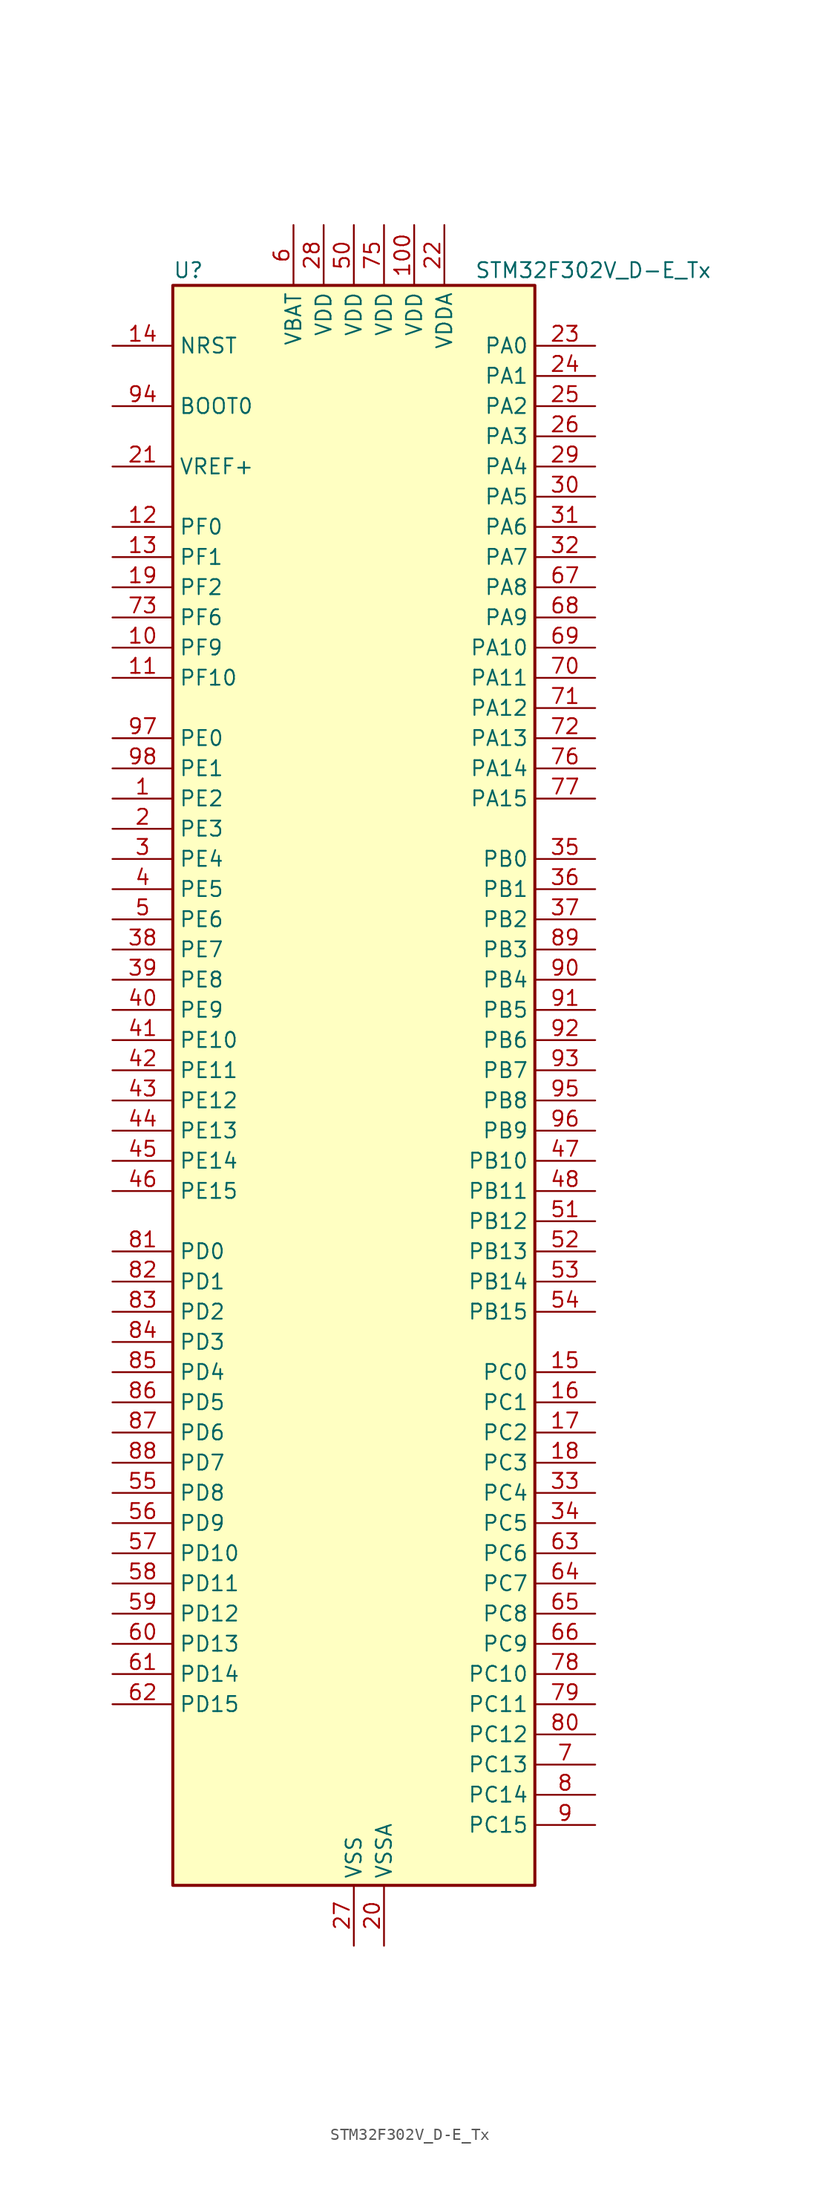
<source format=kicad_sym>
(kicad_symbol_lib
  (version 20241209)
  (generator "kicad_symbol_editor")
  (generator_version "9.0")
  (symbol "STM32F302V_D-E_Tx"
    (property "Reference" "U"
      (at -15.24 69.85 0)
      (effects (font (size 1.27 1.27)) (justify left)))
    (property "Value" "STM32F302V_D-E_Tx"
      (at 10.16 69.85 0)
      (effects (font (size 1.27 1.27)) (justify left)))
    (symbol "STM32F302V_D-E_Tx_0_1"
      (rectangle (start -15.24 -66.04) (end 15.24 68.58) (stroke (width 0.254) (type default)) (fill (type background))))
    (symbol "STM32F302V_D-E_Tx_1_1"
      (pin input line (at -20.32 63.5 0) (length 5.08) (name "NRST" (effects (font (size 1.27 1.27)))) (number "14" (effects (font (size 1.27 1.27)))))
      (pin input line (at -20.32 58.42 0) (length 5.08) (name "BOOT0" (effects (font (size 1.27 1.27)))) (number "94" (effects (font (size 1.27 1.27)))))
      (pin input line (at -20.32 53.34 0) (length 5.08) (name "VREF+" (effects (font (size 1.27 1.27)))) (number "21" (effects (font (size 1.27 1.27)))))
      (pin bidirectional line (at -20.32 48.26 0) (length 5.08) (name "PF0" (effects (font (size 1.27 1.27)))) (number "12" (effects (font (size 1.27 1.27)))) (alternate "I2C2_SDA" bidirectional line) (alternate "I2S2_WS" bidirectional line) (alternate "RCC_OSC_IN" bidirectional line) (alternate "SPI2_NSS" bidirectional line) (alternate "TIM1_CH3N" bidirectional line))
      (pin bidirectional line (at -20.32 45.72 0) (length 5.08) (name "PF1" (effects (font (size 1.27 1.27)))) (number "13" (effects (font (size 1.27 1.27)))) (alternate "I2C2_SCL" bidirectional line) (alternate "I2S2_CK" bidirectional line) (alternate "RCC_OSC_OUT" bidirectional line) (alternate "SPI2_SCK" bidirectional line))
      (pin bidirectional line (at -20.32 43.18 0) (length 5.08) (name "PF2" (effects (font (size 1.27 1.27)))) (number "19" (effects (font (size 1.27 1.27)))) (alternate "ADC1_IN10" bidirectional line) (alternate "ADC2_IN10" bidirectional line) (alternate "FMC_A2" bidirectional line))
      (pin bidirectional line (at -20.32 40.64 0) (length 5.08) (name "PF6" (effects (font (size 1.27 1.27)))) (number "73" (effects (font (size 1.27 1.27)))) (alternate "FMC_NIORD" bidirectional line) (alternate "I2C2_SCL" bidirectional line) (alternate "TIM4_CH4" bidirectional line) (alternate "USART3_DE" bidirectional line) (alternate "USART3_RTS" bidirectional line))
      (pin bidirectional line (at -20.32 38.1 0) (length 5.08) (name "PF9" (effects (font (size 1.27 1.27)))) (number "10" (effects (font (size 1.27 1.27)))) (alternate "DAC1_EXTI9" bidirectional line) (alternate "FMC_CD" bidirectional line) (alternate "SPI2_SCK" bidirectional line) (alternate "TIM15_CH1" bidirectional line))
      (pin bidirectional line (at -20.32 35.56 0) (length 5.08) (name "PF10" (effects (font (size 1.27 1.27)))) (number "11" (effects (font (size 1.27 1.27)))) (alternate "FMC_INTR" bidirectional line) (alternate "SPI2_SCK" bidirectional line) (alternate "TIM15_CH2" bidirectional line))
      (pin bidirectional line (at -20.32 30.48 0) (length 5.08) (name "PE0" (effects (font (size 1.27 1.27)))) (number "97" (effects (font (size 1.27 1.27)))) (alternate "FMC_NBL0" bidirectional line) (alternate "TIM16_CH1" bidirectional line) (alternate "TIM4_ETR" bidirectional line) (alternate "USART1_TX" bidirectional line))
      (pin bidirectional line (at -20.32 27.94 0) (length 5.08) (name "PE1" (effects (font (size 1.27 1.27)))) (number "98" (effects (font (size 1.27 1.27)))) (alternate "FMC_NBL1" bidirectional line) (alternate "TIM17_CH1" bidirectional line) (alternate "USART1_RX" bidirectional line))
      (pin bidirectional line (at -20.32 25.4 0) (length 5.08) (name "PE2" (effects (font (size 1.27 1.27)))) (number "1" (effects (font (size 1.27 1.27)))) (alternate "FMC_A23" bidirectional line) (alternate "SPI4_SCK" bidirectional line) (alternate "SYS_TRACECK" bidirectional line) (alternate "TIM3_CH1" bidirectional line) (alternate "TSC_G7_IO1" bidirectional line))
      (pin bidirectional line (at -20.32 22.86 0) (length 5.08) (name "PE3" (effects (font (size 1.27 1.27)))) (number "2" (effects (font (size 1.27 1.27)))) (alternate "FMC_A19" bidirectional line) (alternate "SPI4_NSS" bidirectional line) (alternate "SYS_TRACED0" bidirectional line) (alternate "TIM3_CH2" bidirectional line) (alternate "TSC_G7_IO2" bidirectional line))
      (pin bidirectional line (at -20.32 20.32 0) (length 5.08) (name "PE4" (effects (font (size 1.27 1.27)))) (number "3" (effects (font (size 1.27 1.27)))) (alternate "FMC_A20" bidirectional line) (alternate "SPI4_NSS" bidirectional line) (alternate "SYS_TRACED1" bidirectional line) (alternate "TIM3_CH3" bidirectional line) (alternate "TSC_G7_IO3" bidirectional line))
      (pin bidirectional line (at -20.32 17.78 0) (length 5.08) (name "PE5" (effects (font (size 1.27 1.27)))) (number "4" (effects (font (size 1.27 1.27)))) (alternate "FMC_A21" bidirectional line) (alternate "SPI4_MISO" bidirectional line) (alternate "SYS_TRACED2" bidirectional line) (alternate "TIM3_CH4" bidirectional line) (alternate "TSC_G7_IO4" bidirectional line))
      (pin bidirectional line (at -20.32 15.24 0) (length 5.08) (name "PE6" (effects (font (size 1.27 1.27)))) (number "5" (effects (font (size 1.27 1.27)))) (alternate "FMC_A22" bidirectional line) (alternate "RTC_TAMP3" bidirectional line) (alternate "SPI4_MOSI" bidirectional line) (alternate "SYS_TRACED3" bidirectional line) (alternate "SYS_WKUP3" bidirectional line))
      (pin bidirectional line (at -20.32 12.7 0) (length 5.08) (name "PE7" (effects (font (size 1.27 1.27)))) (number "38" (effects (font (size 1.27 1.27)))) (alternate "FMC_D4" bidirectional line) (alternate "FMC_DA4" bidirectional line) (alternate "TIM1_ETR" bidirectional line))
      (pin bidirectional line (at -20.32 10.16 0) (length 5.08) (name "PE8" (effects (font (size 1.27 1.27)))) (number "39" (effects (font (size 1.27 1.27)))) (alternate "COMP4_INM" bidirectional line) (alternate "FMC_D5" bidirectional line) (alternate "FMC_DA5" bidirectional line) (alternate "TIM1_CH1N" bidirectional line))
      (pin bidirectional line (at -20.32 7.62 0) (length 5.08) (name "PE9" (effects (font (size 1.27 1.27)))) (number "40" (effects (font (size 1.27 1.27)))) (alternate "DAC1_EXTI9" bidirectional line) (alternate "FMC_D6" bidirectional line) (alternate "FMC_DA6" bidirectional line) (alternate "TIM1_CH1" bidirectional line))
      (pin bidirectional line (at -20.32 5.08 0) (length 5.08) (name "PE10" (effects (font (size 1.27 1.27)))) (number "41" (effects (font (size 1.27 1.27)))) (alternate "FMC_D7" bidirectional line) (alternate "FMC_DA7" bidirectional line) (alternate "TIM1_CH2N" bidirectional line))
      (pin bidirectional line (at -20.32 2.54 0) (length 5.08) (name "PE11" (effects (font (size 1.27 1.27)))) (number "42" (effects (font (size 1.27 1.27)))) (alternate "ADC1_EXTI11" bidirectional line) (alternate "ADC2_EXTI11" bidirectional line) (alternate "FMC_D8" bidirectional line) (alternate "FMC_DA8" bidirectional line) (alternate "SPI4_NSS" bidirectional line) (alternate "TIM1_CH2" bidirectional line))
      (pin bidirectional line (at -20.32 0 0) (length 5.08) (name "PE12" (effects (font (size 1.27 1.27)))) (number "43" (effects (font (size 1.27 1.27)))) (alternate "FMC_D9" bidirectional line) (alternate "FMC_DA9" bidirectional line) (alternate "SPI4_SCK" bidirectional line) (alternate "TIM1_CH3N" bidirectional line))
      (pin bidirectional line (at -20.32 -2.54 0) (length 5.08) (name "PE13" (effects (font (size 1.27 1.27)))) (number "44" (effects (font (size 1.27 1.27)))) (alternate "FMC_D10" bidirectional line) (alternate "FMC_DA10" bidirectional line) (alternate "SPI4_MISO" bidirectional line) (alternate "TIM1_CH3" bidirectional line))
      (pin bidirectional line (at -20.32 -5.08 0) (length 5.08) (name "PE14" (effects (font (size 1.27 1.27)))) (number "45" (effects (font (size 1.27 1.27)))) (alternate "FMC_D11" bidirectional line) (alternate "FMC_DA11" bidirectional line) (alternate "SPI4_MOSI" bidirectional line) (alternate "TIM1_BKIN2" bidirectional line) (alternate "TIM1_CH4" bidirectional line))
      (pin bidirectional line (at -20.32 -7.62 0) (length 5.08) (name "PE15" (effects (font (size 1.27 1.27)))) (number "46" (effects (font (size 1.27 1.27)))) (alternate "ADC1_EXTI15" bidirectional line) (alternate "ADC2_EXTI15" bidirectional line) (alternate "FMC_D12" bidirectional line) (alternate "FMC_DA12" bidirectional line) (alternate "TIM1_BKIN" bidirectional line) (alternate "USART3_RX" bidirectional line))
      (pin bidirectional line (at -20.32 -12.7 0) (length 5.08) (name "PD0" (effects (font (size 1.27 1.27)))) (number "81" (effects (font (size 1.27 1.27)))) (alternate "CAN_RX" bidirectional line) (alternate "FMC_D2" bidirectional line) (alternate "FMC_DA2" bidirectional line))
      (pin bidirectional line (at -20.32 -15.24 0) (length 5.08) (name "PD1" (effects (font (size 1.27 1.27)))) (number "82" (effects (font (size 1.27 1.27)))) (alternate "CAN_TX" bidirectional line) (alternate "FMC_D3" bidirectional line) (alternate "FMC_DA3" bidirectional line))
      (pin bidirectional line (at -20.32 -17.78 0) (length 5.08) (name "PD2" (effects (font (size 1.27 1.27)))) (number "83" (effects (font (size 1.27 1.27)))) (alternate "TIM3_ETR" bidirectional line) (alternate "UART5_RX" bidirectional line))
      (pin bidirectional line (at -20.32 -20.32 0) (length 5.08) (name "PD3" (effects (font (size 1.27 1.27)))) (number "84" (effects (font (size 1.27 1.27)))) (alternate "FMC_CLK" bidirectional line) (alternate "TIM2_CH1" bidirectional line) (alternate "TIM2_ETR" bidirectional line) (alternate "USART2_CTS" bidirectional line))
      (pin bidirectional line (at -20.32 -22.86 0) (length 5.08) (name "PD4" (effects (font (size 1.27 1.27)))) (number "85" (effects (font (size 1.27 1.27)))) (alternate "FMC_NOE" bidirectional line) (alternate "TIM2_CH2" bidirectional line) (alternate "USART2_DE" bidirectional line) (alternate "USART2_RTS" bidirectional line))
      (pin bidirectional line (at -20.32 -25.4 0) (length 5.08) (name "PD5" (effects (font (size 1.27 1.27)))) (number "86" (effects (font (size 1.27 1.27)))) (alternate "FMC_NWE" bidirectional line) (alternate "USART2_TX" bidirectional line))
      (pin bidirectional line (at -20.32 -27.94 0) (length 5.08) (name "PD6" (effects (font (size 1.27 1.27)))) (number "87" (effects (font (size 1.27 1.27)))) (alternate "FMC_NWAIT" bidirectional line) (alternate "TIM2_CH4" bidirectional line) (alternate "USART2_RX" bidirectional line))
      (pin bidirectional line (at -20.32 -30.48 0) (length 5.08) (name "PD7" (effects (font (size 1.27 1.27)))) (number "88" (effects (font (size 1.27 1.27)))) (alternate "FMC_NCE2" bidirectional line) (alternate "FMC_NE1" bidirectional line) (alternate "TIM2_CH3" bidirectional line) (alternate "USART2_CK" bidirectional line))
      (pin bidirectional line (at -20.32 -33.02 0) (length 5.08) (name "PD8" (effects (font (size 1.27 1.27)))) (number "55" (effects (font (size 1.27 1.27)))) (alternate "FMC_D13" bidirectional line) (alternate "FMC_DA13" bidirectional line) (alternate "USART3_TX" bidirectional line))
      (pin bidirectional line (at -20.32 -35.56 0) (length 5.08) (name "PD9" (effects (font (size 1.27 1.27)))) (number "56" (effects (font (size 1.27 1.27)))) (alternate "DAC1_EXTI9" bidirectional line) (alternate "FMC_D14" bidirectional line) (alternate "FMC_DA14" bidirectional line) (alternate "USART3_RX" bidirectional line))
      (pin bidirectional line (at -20.32 -38.1 0) (length 5.08) (name "PD10" (effects (font (size 1.27 1.27)))) (number "57" (effects (font (size 1.27 1.27)))) (alternate "COMP6_INM" bidirectional line) (alternate "FMC_D15" bidirectional line) (alternate "FMC_DA15" bidirectional line) (alternate "USART3_CK" bidirectional line))
      (pin bidirectional line (at -20.32 -40.64 0) (length 5.08) (name "PD11" (effects (font (size 1.27 1.27)))) (number "58" (effects (font (size 1.27 1.27)))) (alternate "ADC1_EXTI11" bidirectional line) (alternate "ADC2_EXTI11" bidirectional line) (alternate "FMC_A16" bidirectional line) (alternate "FMC_CLE" bidirectional line) (alternate "USART3_CTS" bidirectional line))
      (pin bidirectional line (at -20.32 -43.18 0) (length 5.08) (name "PD12" (effects (font (size 1.27 1.27)))) (number "59" (effects (font (size 1.27 1.27)))) (alternate "FMC_A17" bidirectional line) (alternate "FMC_ALE" bidirectional line) (alternate "TIM4_CH1" bidirectional line) (alternate "TSC_G8_IO1" bidirectional line) (alternate "USART3_DE" bidirectional line) (alternate "USART3_RTS" bidirectional line))
      (pin bidirectional line (at -20.32 -45.72 0) (length 5.08) (name "PD13" (effects (font (size 1.27 1.27)))) (number "60" (effects (font (size 1.27 1.27)))) (alternate "FMC_A18" bidirectional line) (alternate "TIM4_CH2" bidirectional line) (alternate "TSC_G8_IO2" bidirectional line))
      (pin bidirectional line (at -20.32 -48.26 0) (length 5.08) (name "PD14" (effects (font (size 1.27 1.27)))) (number "61" (effects (font (size 1.27 1.27)))) (alternate "FMC_D0" bidirectional line) (alternate "FMC_DA0" bidirectional line) (alternate "OPAMP2_VINP" bidirectional line) (alternate "OPAMP2_VINP_SEC" bidirectional line) (alternate "TIM4_CH3" bidirectional line) (alternate "TSC_G8_IO3" bidirectional line))
      (pin bidirectional line (at -20.32 -50.8 0) (length 5.08) (name "PD15" (effects (font (size 1.27 1.27)))) (number "62" (effects (font (size 1.27 1.27)))) (alternate "ADC1_EXTI15" bidirectional line) (alternate "ADC2_EXTI15" bidirectional line) (alternate "FMC_D1" bidirectional line) (alternate "FMC_DA1" bidirectional line) (alternate "SPI2_NSS" bidirectional line) (alternate "TIM4_CH4" bidirectional line) (alternate "TSC_G8_IO4" bidirectional line))
      (pin power_in line (at -5.08 73.66 270) (length 5.08) (name "VBAT" (effects (font (size 1.27 1.27)))) (number "6" (effects (font (size 1.27 1.27)))))
      (pin power_in line (at -2.54 73.66 270) (length 5.08) (name "VDD" (effects (font (size 1.27 1.27)))) (number "28" (effects (font (size 1.27 1.27)))))
      (pin power_in line (at 0 73.66 270) (length 5.08) (name "VDD" (effects (font (size 1.27 1.27)))) (number "50" (effects (font (size 1.27 1.27)))))
      (pin power_in line (at 0 -71.12 90) (length 5.08) (name "VSS" (effects (font (size 1.27 1.27)))) (number "27" (effects (font (size 1.27 1.27)))))
      (pin passive line (at 0 -71.12 90) (length 5.08) (hide yes) (name "VSS" (effects (font (size 1.27 1.27)))) (number "49" (effects (font (size 1.27 1.27)))))
      (pin passive line (at 0 -71.12 90) (length 5.08) (hide yes) (name "VSS" (effects (font (size 1.27 1.27)))) (number "74" (effects (font (size 1.27 1.27)))))
      (pin passive line (at 0 -71.12 90) (length 5.08) (hide yes) (name "VSS" (effects (font (size 1.27 1.27)))) (number "99" (effects (font (size 1.27 1.27)))))
      (pin power_in line (at 2.54 73.66 270) (length 5.08) (name "VDD" (effects (font (size 1.27 1.27)))) (number "75" (effects (font (size 1.27 1.27)))))
      (pin power_in line (at 2.54 -71.12 90) (length 5.08) (name "VSSA" (effects (font (size 1.27 1.27)))) (number "20" (effects (font (size 1.27 1.27)))))
      (pin power_in line (at 5.08 73.66 270) (length 5.08) (name "VDD" (effects (font (size 1.27 1.27)))) (number "100" (effects (font (size 1.27 1.27)))))
      (pin power_in line (at 7.62 73.66 270) (length 5.08) (name "VDDA" (effects (font (size 1.27 1.27)))) (number "22" (effects (font (size 1.27 1.27)))))
      (pin bidirectional line (at 20.32 63.5 180) (length 5.08) (name "PA0" (effects (font (size 1.27 1.27)))) (number "23" (effects (font (size 1.27 1.27)))) (alternate "ADC1_IN1" bidirectional line) (alternate "COMP1_INM" bidirectional line) (alternate "COMP1_OUT" bidirectional line) (alternate "RTC_TAMP2" bidirectional line) (alternate "SYS_WKUP1" bidirectional line) (alternate "TIM2_CH1" bidirectional line) (alternate "TIM2_ETR" bidirectional line) (alternate "TSC_G1_IO1" bidirectional line) (alternate "USART2_CTS" bidirectional line))
      (pin bidirectional line (at 20.32 60.96 180) (length 5.08) (name "PA1" (effects (font (size 1.27 1.27)))) (number "24" (effects (font (size 1.27 1.27)))) (alternate "ADC1_IN2" bidirectional line) (alternate "COMP1_INP" bidirectional line) (alternate "OPAMP1_VINP" bidirectional line) (alternate "OPAMP1_VINP_SEC" bidirectional line) (alternate "RTC_REFIN" bidirectional line) (alternate "TIM15_CH1N" bidirectional line) (alternate "TIM2_CH2" bidirectional line) (alternate "TSC_G1_IO2" bidirectional line) (alternate "USART2_DE" bidirectional line) (alternate "USART2_RTS" bidirectional line))
      (pin bidirectional line (at 20.32 58.42 180) (length 5.08) (name "PA2" (effects (font (size 1.27 1.27)))) (number "25" (effects (font (size 1.27 1.27)))) (alternate "ADC1_IN3" bidirectional line) (alternate "COMP2_INM" bidirectional line) (alternate "COMP2_OUT" bidirectional line) (alternate "OPAMP1_VOUT" bidirectional line) (alternate "TIM15_CH1" bidirectional line) (alternate "TIM2_CH3" bidirectional line) (alternate "TSC_G1_IO3" bidirectional line) (alternate "USART2_TX" bidirectional line))
      (pin bidirectional line (at 20.32 55.88 180) (length 5.08) (name "PA3" (effects (font (size 1.27 1.27)))) (number "26" (effects (font (size 1.27 1.27)))) (alternate "ADC1_IN4" bidirectional line) (alternate "OPAMP1_VINM" bidirectional line) (alternate "OPAMP1_VINM_SEC" bidirectional line) (alternate "OPAMP1_VINP" bidirectional line) (alternate "OPAMP1_VINP_SEC" bidirectional line) (alternate "TIM15_CH2" bidirectional line) (alternate "TIM2_CH4" bidirectional line) (alternate "TSC_G1_IO4" bidirectional line) (alternate "USART2_RX" bidirectional line))
      (pin bidirectional line (at 20.32 53.34 180) (length 5.08) (name "PA4" (effects (font (size 1.27 1.27)))) (number "29" (effects (font (size 1.27 1.27)))) (alternate "ADC2_IN1" bidirectional line) (alternate "COMP1_INM" bidirectional line) (alternate "COMP2_INM" bidirectional line) (alternate "COMP4_INM" bidirectional line) (alternate "COMP6_INM" bidirectional line) (alternate "DAC1_OUT1" bidirectional line) (alternate "I2S3_WS" bidirectional line) (alternate "SPI1_NSS" bidirectional line) (alternate "SPI3_NSS" bidirectional line) (alternate "TIM3_CH2" bidirectional line) (alternate "TSC_G2_IO1" bidirectional line) (alternate "USART2_CK" bidirectional line))
      (pin bidirectional line (at 20.32 50.8 180) (length 5.08) (name "PA5" (effects (font (size 1.27 1.27)))) (number "30" (effects (font (size 1.27 1.27)))) (alternate "ADC2_IN2" bidirectional line) (alternate "COMP1_INM" bidirectional line) (alternate "COMP2_INM" bidirectional line) (alternate "COMP4_INM" bidirectional line) (alternate "COMP6_INM" bidirectional line) (alternate "OPAMP1_VINP" bidirectional line) (alternate "OPAMP1_VINP_SEC" bidirectional line) (alternate "OPAMP2_VINM" bidirectional line) (alternate "OPAMP2_VINM_SEC" bidirectional line) (alternate "SPI1_SCK" bidirectional line) (alternate "TIM2_CH1" bidirectional line) (alternate "TIM2_ETR" bidirectional line) (alternate "TSC_G2_IO2" bidirectional line))
      (pin bidirectional line (at 20.32 48.26 180) (length 5.08) (name "PA6" (effects (font (size 1.27 1.27)))) (number "31" (effects (font (size 1.27 1.27)))) (alternate "ADC2_IN3" bidirectional line) (alternate "COMP1_OUT" bidirectional line) (alternate "OPAMP2_VOUT" bidirectional line) (alternate "SPI1_MISO" bidirectional line) (alternate "TIM16_CH1" bidirectional line) (alternate "TIM1_BKIN" bidirectional line) (alternate "TIM3_CH1" bidirectional line) (alternate "TSC_G2_IO3" bidirectional line))
      (pin bidirectional line (at 20.32 45.72 180) (length 5.08) (name "PA7" (effects (font (size 1.27 1.27)))) (number "32" (effects (font (size 1.27 1.27)))) (alternate "ADC2_IN4" bidirectional line) (alternate "COMP2_INP" bidirectional line) (alternate "OPAMP1_VINP" bidirectional line) (alternate "OPAMP1_VINP_SEC" bidirectional line) (alternate "OPAMP2_VINP" bidirectional line) (alternate "OPAMP2_VINP_SEC" bidirectional line) (alternate "SPI1_MOSI" bidirectional line) (alternate "TIM17_CH1" bidirectional line) (alternate "TIM1_CH1N" bidirectional line) (alternate "TIM3_CH2" bidirectional line) (alternate "TSC_G2_IO4" bidirectional line))
      (pin bidirectional line (at 20.32 43.18 180) (length 5.08) (name "PA8" (effects (font (size 1.27 1.27)))) (number "67" (effects (font (size 1.27 1.27)))) (alternate "I2C2_SMBA" bidirectional line) (alternate "I2C3_SCL" bidirectional line) (alternate "I2S2_MCK" bidirectional line) (alternate "RCC_MCO" bidirectional line) (alternate "TIM1_CH1" bidirectional line) (alternate "TIM4_ETR" bidirectional line) (alternate "USART1_CK" bidirectional line))
      (pin bidirectional line (at 20.32 40.64 180) (length 5.08) (name "PA9" (effects (font (size 1.27 1.27)))) (number "68" (effects (font (size 1.27 1.27)))) (alternate "DAC1_EXTI9" bidirectional line) (alternate "I2C2_SCL" bidirectional line) (alternate "I2C3_SMBA" bidirectional line) (alternate "I2S3_MCK" bidirectional line) (alternate "TIM15_BKIN" bidirectional line) (alternate "TIM1_CH2" bidirectional line) (alternate "TIM2_CH3" bidirectional line) (alternate "TSC_G4_IO1" bidirectional line) (alternate "USART1_TX" bidirectional line))
      (pin bidirectional line (at 20.32 38.1 180) (length 5.08) (name "PA10" (effects (font (size 1.27 1.27)))) (number "69" (effects (font (size 1.27 1.27)))) (alternate "COMP6_OUT" bidirectional line) (alternate "I2C2_SDA" bidirectional line) (alternate "I2S2_ext_SD" bidirectional line) (alternate "SPI2_MISO" bidirectional line) (alternate "TIM17_BKIN" bidirectional line) (alternate "TIM1_CH3" bidirectional line) (alternate "TIM2_CH4" bidirectional line) (alternate "TSC_G4_IO2" bidirectional line) (alternate "USART1_RX" bidirectional line))
      (pin bidirectional line (at 20.32 35.56 180) (length 5.08) (name "PA11" (effects (font (size 1.27 1.27)))) (number "70" (effects (font (size 1.27 1.27)))) (alternate "ADC1_EXTI11" bidirectional line) (alternate "ADC2_EXTI11" bidirectional line) (alternate "CAN_RX" bidirectional line) (alternate "COMP1_OUT" bidirectional line) (alternate "I2S2_SD" bidirectional line) (alternate "SPI2_MOSI" bidirectional line) (alternate "TIM1_BKIN2" bidirectional line) (alternate "TIM1_CH1N" bidirectional line) (alternate "TIM1_CH4" bidirectional line) (alternate "TIM4_CH1" bidirectional line) (alternate "USART1_CTS" bidirectional line) (alternate "USB_DM" bidirectional line))
      (pin bidirectional line (at 20.32 33.02 180) (length 5.08) (name "PA12" (effects (font (size 1.27 1.27)))) (number "71" (effects (font (size 1.27 1.27)))) (alternate "CAN_TX" bidirectional line) (alternate "COMP2_OUT" bidirectional line) (alternate "I2S_CKIN" bidirectional line) (alternate "TIM16_CH1" bidirectional line) (alternate "TIM1_CH2N" bidirectional line) (alternate "TIM1_ETR" bidirectional line) (alternate "TIM4_CH2" bidirectional line) (alternate "USART1_DE" bidirectional line) (alternate "USART1_RTS" bidirectional line) (alternate "USB_DP" bidirectional line))
      (pin bidirectional line (at 20.32 30.48 180) (length 5.08) (name "PA13" (effects (font (size 1.27 1.27)))) (number "72" (effects (font (size 1.27 1.27)))) (alternate "IR_OUT" bidirectional line) (alternate "SYS_JTMS-SWDIO" bidirectional line) (alternate "TIM16_CH1N" bidirectional line) (alternate "TIM4_CH3" bidirectional line) (alternate "TSC_G4_IO3" bidirectional line) (alternate "USART3_CTS" bidirectional line))
      (pin bidirectional line (at 20.32 27.94 180) (length 5.08) (name "PA14" (effects (font (size 1.27 1.27)))) (number "76" (effects (font (size 1.27 1.27)))) (alternate "I2C1_SDA" bidirectional line) (alternate "SYS_JTCK-SWCLK" bidirectional line) (alternate "TIM1_BKIN" bidirectional line) (alternate "TSC_G4_IO4" bidirectional line) (alternate "USART2_TX" bidirectional line))
      (pin bidirectional line (at 20.32 25.4 180) (length 5.08) (name "PA15" (effects (font (size 1.27 1.27)))) (number "77" (effects (font (size 1.27 1.27)))) (alternate "ADC1_EXTI15" bidirectional line) (alternate "ADC2_EXTI15" bidirectional line) (alternate "I2C1_SCL" bidirectional line) (alternate "I2S3_WS" bidirectional line) (alternate "SPI1_NSS" bidirectional line) (alternate "SPI3_NSS" bidirectional line) (alternate "SYS_JTDI" bidirectional line) (alternate "TIM1_BKIN" bidirectional line) (alternate "TIM2_CH1" bidirectional line) (alternate "TIM2_ETR" bidirectional line) (alternate "TSC_SYNC" bidirectional line) (alternate "USART2_RX" bidirectional line))
      (pin bidirectional line (at 20.32 20.32 180) (length 5.08) (name "PB0" (effects (font (size 1.27 1.27)))) (number "35" (effects (font (size 1.27 1.27)))) (alternate "COMP4_INP" bidirectional line) (alternate "OPAMP2_VINP" bidirectional line) (alternate "OPAMP2_VINP_SEC" bidirectional line) (alternate "TIM1_CH2N" bidirectional line) (alternate "TIM3_CH3" bidirectional line) (alternate "TSC_G3_IO2" bidirectional line))
      (pin bidirectional line (at 20.32 17.78 180) (length 5.08) (name "PB1" (effects (font (size 1.27 1.27)))) (number "36" (effects (font (size 1.27 1.27)))) (alternate "COMP4_OUT" bidirectional line) (alternate "TIM1_CH3N" bidirectional line) (alternate "TIM3_CH4" bidirectional line) (alternate "TSC_G3_IO3" bidirectional line))
      (pin bidirectional line (at 20.32 15.24 180) (length 5.08) (name "PB2" (effects (font (size 1.27 1.27)))) (number "37" (effects (font (size 1.27 1.27)))) (alternate "ADC2_IN12" bidirectional line) (alternate "COMP4_INM" bidirectional line) (alternate "TSC_G3_IO4" bidirectional line))
      (pin bidirectional line (at 20.32 12.7 180) (length 5.08) (name "PB3" (effects (font (size 1.27 1.27)))) (number "89" (effects (font (size 1.27 1.27)))) (alternate "I2S3_CK" bidirectional line) (alternate "SPI1_SCK" bidirectional line) (alternate "SPI3_SCK" bidirectional line) (alternate "SYS_JTDO-TRACESWO" bidirectional line) (alternate "TIM2_CH2" bidirectional line) (alternate "TIM3_ETR" bidirectional line) (alternate "TIM4_ETR" bidirectional line) (alternate "TSC_G5_IO1" bidirectional line) (alternate "USART2_TX" bidirectional line))
      (pin bidirectional line (at 20.32 10.16 180) (length 5.08) (name "PB4" (effects (font (size 1.27 1.27)))) (number "90" (effects (font (size 1.27 1.27)))) (alternate "I2S3_ext_SD" bidirectional line) (alternate "SPI1_MISO" bidirectional line) (alternate "SPI3_MISO" bidirectional line) (alternate "SYS_NJTRST" bidirectional line) (alternate "TIM16_CH1" bidirectional line) (alternate "TIM17_BKIN" bidirectional line) (alternate "TIM3_CH1" bidirectional line) (alternate "TSC_G5_IO2" bidirectional line) (alternate "USART2_RX" bidirectional line))
      (pin bidirectional line (at 20.32 7.62 180) (length 5.08) (name "PB5" (effects (font (size 1.27 1.27)))) (number "91" (effects (font (size 1.27 1.27)))) (alternate "I2C1_SMBA" bidirectional line) (alternate "I2C3_SDA" bidirectional line) (alternate "I2S3_SD" bidirectional line) (alternate "SPI1_MOSI" bidirectional line) (alternate "SPI3_MOSI" bidirectional line) (alternate "TIM16_BKIN" bidirectional line) (alternate "TIM17_CH1" bidirectional line) (alternate "TIM3_CH2" bidirectional line) (alternate "USART2_CK" bidirectional line))
      (pin bidirectional line (at 20.32 5.08 180) (length 5.08) (name "PB6" (effects (font (size 1.27 1.27)))) (number "92" (effects (font (size 1.27 1.27)))) (alternate "I2C1_SCL" bidirectional line) (alternate "TIM16_CH1N" bidirectional line) (alternate "TIM4_CH1" bidirectional line) (alternate "TSC_G5_IO3" bidirectional line) (alternate "USART1_TX" bidirectional line))
      (pin bidirectional line (at 20.32 2.54 180) (length 5.08) (name "PB7" (effects (font (size 1.27 1.27)))) (number "93" (effects (font (size 1.27 1.27)))) (alternate "FMC_NL" bidirectional line) (alternate "I2C1_SDA" bidirectional line) (alternate "TIM17_CH1N" bidirectional line) (alternate "TIM3_CH4" bidirectional line) (alternate "TIM4_CH2" bidirectional line) (alternate "TSC_G5_IO4" bidirectional line) (alternate "USART1_RX" bidirectional line))
      (pin bidirectional line (at 20.32 0 180) (length 5.08) (name "PB8" (effects (font (size 1.27 1.27)))) (number "95" (effects (font (size 1.27 1.27)))) (alternate "CAN_RX" bidirectional line) (alternate "COMP1_OUT" bidirectional line) (alternate "I2C1_SCL" bidirectional line) (alternate "TIM16_CH1" bidirectional line) (alternate "TIM1_BKIN" bidirectional line) (alternate "TIM4_CH3" bidirectional line) (alternate "TSC_SYNC" bidirectional line) (alternate "USART3_RX" bidirectional line))
      (pin bidirectional line (at 20.32 -2.54 180) (length 5.08) (name "PB9" (effects (font (size 1.27 1.27)))) (number "96" (effects (font (size 1.27 1.27)))) (alternate "CAN_TX" bidirectional line) (alternate "COMP2_OUT" bidirectional line) (alternate "DAC1_EXTI9" bidirectional line) (alternate "I2C1_SDA" bidirectional line) (alternate "IR_OUT" bidirectional line) (alternate "TIM17_CH1" bidirectional line) (alternate "TIM4_CH4" bidirectional line) (alternate "USART3_TX" bidirectional line))
      (pin bidirectional line (at 20.32 -5.08 180) (length 5.08) (name "PB10" (effects (font (size 1.27 1.27)))) (number "47" (effects (font (size 1.27 1.27)))) (alternate "TIM2_CH3" bidirectional line) (alternate "TSC_SYNC" bidirectional line) (alternate "USART3_TX" bidirectional line))
      (pin bidirectional line (at 20.32 -7.62 180) (length 5.08) (name "PB11" (effects (font (size 1.27 1.27)))) (number "48" (effects (font (size 1.27 1.27)))) (alternate "ADC1_EXTI11" bidirectional line) (alternate "ADC1_IN14" bidirectional line) (alternate "ADC2_EXTI11" bidirectional line) (alternate "ADC2_IN14" bidirectional line) (alternate "COMP6_INP" bidirectional line) (alternate "TIM2_CH4" bidirectional line) (alternate "TSC_G6_IO1" bidirectional line) (alternate "USART3_RX" bidirectional line))
      (pin bidirectional line (at 20.32 -10.16 180) (length 5.08) (name "PB12" (effects (font (size 1.27 1.27)))) (number "51" (effects (font (size 1.27 1.27)))) (alternate "I2C2_SMBA" bidirectional line) (alternate "I2S2_WS" bidirectional line) (alternate "SPI2_NSS" bidirectional line) (alternate "TIM1_BKIN" bidirectional line) (alternate "TSC_G6_IO2" bidirectional line) (alternate "USART3_CK" bidirectional line))
      (pin bidirectional line (at 20.32 -12.7 180) (length 5.08) (name "PB13" (effects (font (size 1.27 1.27)))) (number "52" (effects (font (size 1.27 1.27)))) (alternate "I2S2_CK" bidirectional line) (alternate "SPI2_SCK" bidirectional line) (alternate "TIM1_CH1N" bidirectional line) (alternate "TSC_G6_IO3" bidirectional line) (alternate "USART3_CTS" bidirectional line))
      (pin bidirectional line (at 20.32 -15.24 180) (length 5.08) (name "PB14" (effects (font (size 1.27 1.27)))) (number "53" (effects (font (size 1.27 1.27)))) (alternate "I2S2_ext_SD" bidirectional line) (alternate "OPAMP2_VINP" bidirectional line) (alternate "OPAMP2_VINP_SEC" bidirectional line) (alternate "SPI2_MISO" bidirectional line) (alternate "TIM15_CH1" bidirectional line) (alternate "TIM1_CH2N" bidirectional line) (alternate "TSC_G6_IO4" bidirectional line) (alternate "USART3_DE" bidirectional line) (alternate "USART3_RTS" bidirectional line))
      (pin bidirectional line (at 20.32 -17.78 180) (length 5.08) (name "PB15" (effects (font (size 1.27 1.27)))) (number "54" (effects (font (size 1.27 1.27)))) (alternate "ADC1_EXTI15" bidirectional line) (alternate "ADC2_EXTI15" bidirectional line) (alternate "COMP6_INM" bidirectional line) (alternate "I2S2_SD" bidirectional line) (alternate "RTC_REFIN" bidirectional line) (alternate "SPI2_MOSI" bidirectional line) (alternate "TIM15_CH1N" bidirectional line) (alternate "TIM15_CH2" bidirectional line) (alternate "TIM1_CH3N" bidirectional line))
      (pin bidirectional line (at 20.32 -22.86 180) (length 5.08) (name "PC0" (effects (font (size 1.27 1.27)))) (number "15" (effects (font (size 1.27 1.27)))) (alternate "ADC1_IN6" bidirectional line) (alternate "ADC2_IN6" bidirectional line) (alternate "TIM1_CH1" bidirectional line))
      (pin bidirectional line (at 20.32 -25.4 180) (length 5.08) (name "PC1" (effects (font (size 1.27 1.27)))) (number "16" (effects (font (size 1.27 1.27)))) (alternate "ADC1_IN7" bidirectional line) (alternate "ADC2_IN7" bidirectional line) (alternate "TIM1_CH2" bidirectional line))
      (pin bidirectional line (at 20.32 -27.94 180) (length 5.08) (name "PC2" (effects (font (size 1.27 1.27)))) (number "17" (effects (font (size 1.27 1.27)))) (alternate "ADC1_IN8" bidirectional line) (alternate "ADC2_IN8" bidirectional line) (alternate "TIM1_CH3" bidirectional line))
      (pin bidirectional line (at 20.32 -30.48 180) (length 5.08) (name "PC3" (effects (font (size 1.27 1.27)))) (number "18" (effects (font (size 1.27 1.27)))) (alternate "ADC1_IN9" bidirectional line) (alternate "ADC2_IN9" bidirectional line) (alternate "TIM1_BKIN2" bidirectional line) (alternate "TIM1_CH4" bidirectional line))
      (pin bidirectional line (at 20.32 -33.02 180) (length 5.08) (name "PC4" (effects (font (size 1.27 1.27)))) (number "33" (effects (font (size 1.27 1.27)))) (alternate "ADC2_IN5" bidirectional line) (alternate "TIM1_ETR" bidirectional line) (alternate "USART1_TX" bidirectional line))
      (pin bidirectional line (at 20.32 -35.56 180) (length 5.08) (name "PC5" (effects (font (size 1.27 1.27)))) (number "34" (effects (font (size 1.27 1.27)))) (alternate "ADC2_IN11" bidirectional line) (alternate "OPAMP1_VINM" bidirectional line) (alternate "OPAMP1_VINM_SEC" bidirectional line) (alternate "OPAMP2_VINM" bidirectional line) (alternate "OPAMP2_VINM_SEC" bidirectional line) (alternate "TIM15_BKIN" bidirectional line) (alternate "TSC_G3_IO1" bidirectional line) (alternate "USART1_RX" bidirectional line))
      (pin bidirectional line (at 20.32 -38.1 180) (length 5.08) (name "PC6" (effects (font (size 1.27 1.27)))) (number "63" (effects (font (size 1.27 1.27)))) (alternate "COMP6_OUT" bidirectional line) (alternate "I2S2_MCK" bidirectional line) (alternate "TIM3_CH1" bidirectional line))
      (pin bidirectional line (at 20.32 -40.64 180) (length 5.08) (name "PC7" (effects (font (size 1.27 1.27)))) (number "64" (effects (font (size 1.27 1.27)))) (alternate "I2S3_MCK" bidirectional line) (alternate "TIM3_CH2" bidirectional line))
      (pin bidirectional line (at 20.32 -43.18 180) (length 5.08) (name "PC8" (effects (font (size 1.27 1.27)))) (number "65" (effects (font (size 1.27 1.27)))) (alternate "TIM3_CH3" bidirectional line))
      (pin bidirectional line (at 20.32 -45.72 180) (length 5.08) (name "PC9" (effects (font (size 1.27 1.27)))) (number "66" (effects (font (size 1.27 1.27)))) (alternate "DAC1_EXTI9" bidirectional line) (alternate "I2C3_SDA" bidirectional line) (alternate "I2S_CKIN" bidirectional line) (alternate "TIM3_CH4" bidirectional line))
      (pin bidirectional line (at 20.32 -48.26 180) (length 5.08) (name "PC10" (effects (font (size 1.27 1.27)))) (number "78" (effects (font (size 1.27 1.27)))) (alternate "I2S3_CK" bidirectional line) (alternate "SPI3_SCK" bidirectional line) (alternate "UART4_TX" bidirectional line) (alternate "USART3_TX" bidirectional line))
      (pin bidirectional line (at 20.32 -50.8 180) (length 5.08) (name "PC11" (effects (font (size 1.27 1.27)))) (number "79" (effects (font (size 1.27 1.27)))) (alternate "ADC1_EXTI11" bidirectional line) (alternate "ADC2_EXTI11" bidirectional line) (alternate "I2S3_ext_SD" bidirectional line) (alternate "SPI3_MISO" bidirectional line) (alternate "UART4_RX" bidirectional line) (alternate "USART3_RX" bidirectional line))
      (pin bidirectional line (at 20.32 -53.34 180) (length 5.08) (name "PC12" (effects (font (size 1.27 1.27)))) (number "80" (effects (font (size 1.27 1.27)))) (alternate "I2S3_SD" bidirectional line) (alternate "SPI3_MOSI" bidirectional line) (alternate "UART5_TX" bidirectional line) (alternate "USART3_CK" bidirectional line))
      (pin bidirectional line (at 20.32 -55.88 180) (length 5.08) (name "PC13" (effects (font (size 1.27 1.27)))) (number "7" (effects (font (size 1.27 1.27)))) (alternate "RTC_OUT_ALARM" bidirectional line) (alternate "RTC_OUT_CALIB" bidirectional line) (alternate "RTC_TAMP1" bidirectional line) (alternate "RTC_TS" bidirectional line) (alternate "SYS_WKUP2" bidirectional line) (alternate "TIM1_CH1N" bidirectional line))
      (pin bidirectional line (at 20.32 -58.42 180) (length 5.08) (name "PC14" (effects (font (size 1.27 1.27)))) (number "8" (effects (font (size 1.27 1.27)))) (alternate "RCC_OSC32_IN" bidirectional line))
      (pin bidirectional line (at 20.32 -60.96 180) (length 5.08) (name "PC15" (effects (font (size 1.27 1.27)))) (number "9" (effects (font (size 1.27 1.27)))) (alternate "ADC1_EXTI15" bidirectional line) (alternate "ADC2_EXTI15" bidirectional line) (alternate "RCC_OSC32_OUT" bidirectional line)))))
</source>
